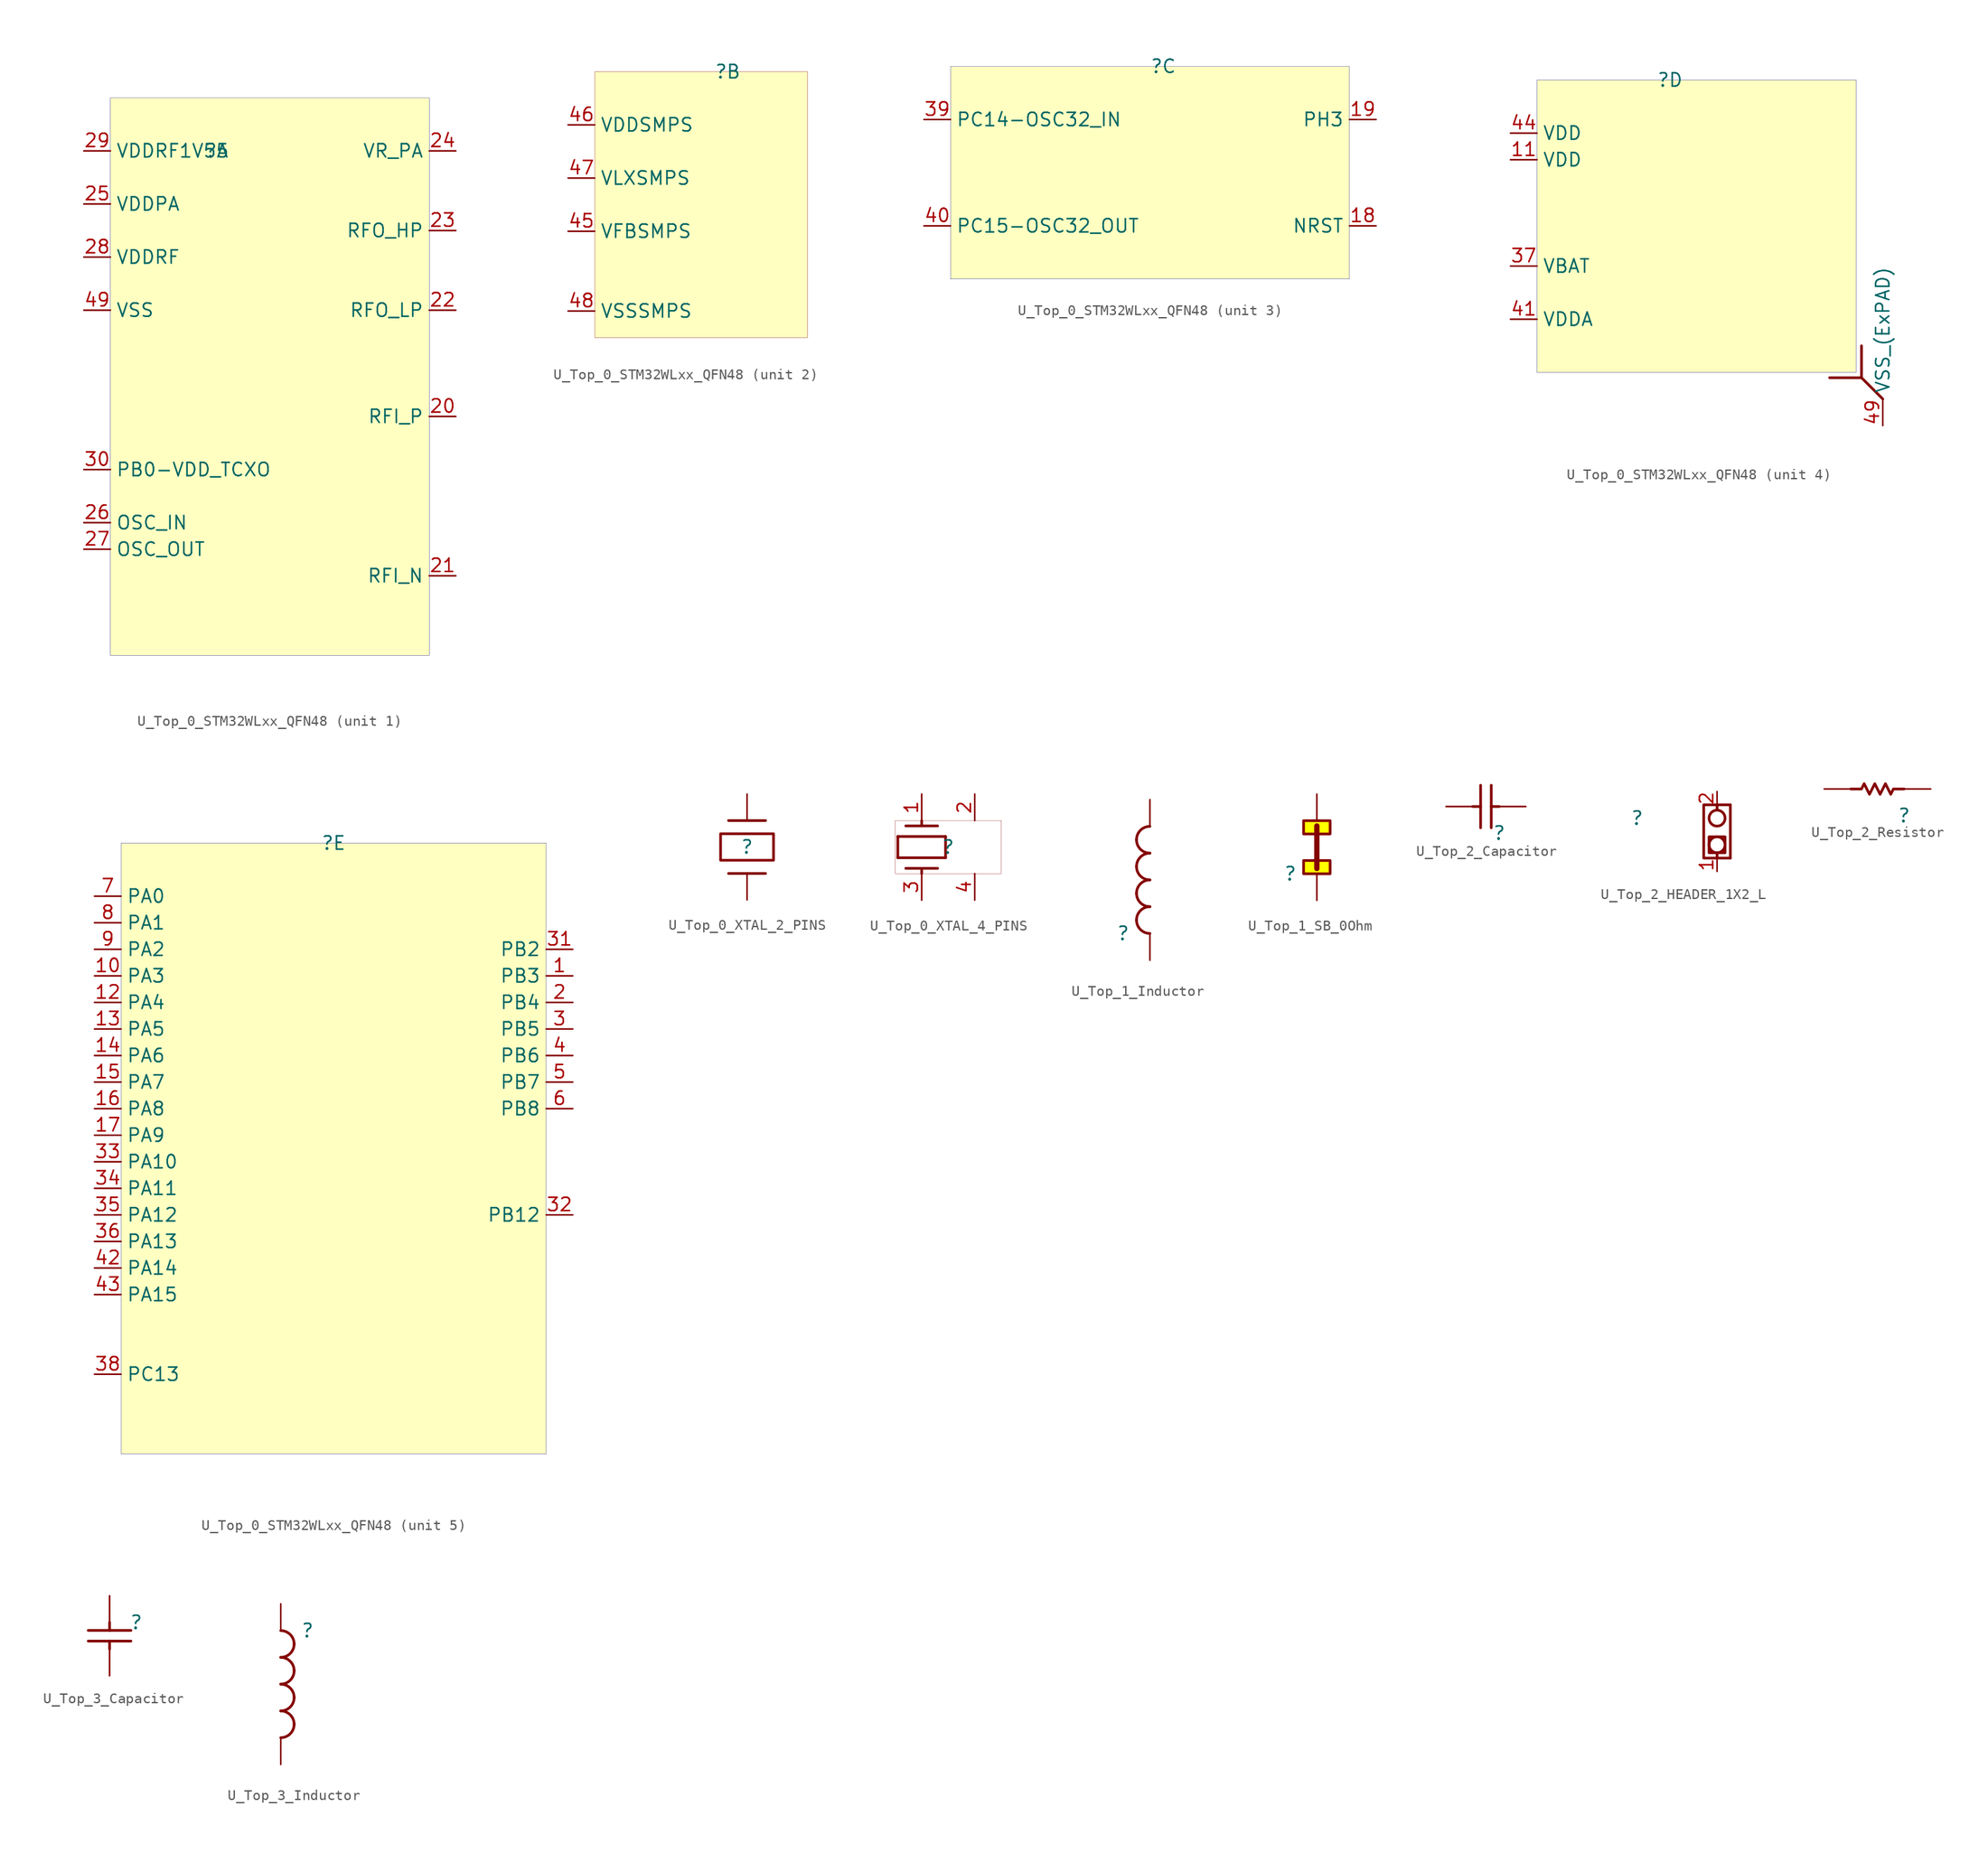
<source format=kicad_sym>
(kicad_symbol_lib
  (version 20231120)
  (generator "kicad_symbol_editor")
  (generator_version "8.0")
  (symbol "U_Top_0_STM32WLxx_QFN48"
    (property "Reference" ""
      (at 0 0 0)
      (effects (font (size 1.27 1.27))))
    (property "Value" ""
      (at 0 0 0)
      (effects (font (size 1.27 1.27))))
    (symbol "U_Top_0_STM32WLxx_QFN48_1_0"
      (rectangle (start 20.32 5.08) (end -10.16 -48.26) (stroke (width 0.025) (type solid) (color 0 0 128 1)) (fill (type background)))
      (pin passive line (at 22.86 -25.4 180) (length 2.54) (name "RFI_P" (effects (font (size 1.27 1.27)))) (number "20" (effects (font (size 1.27 1.27)))))
      (pin passive line (at 22.86 -40.64 180) (length 2.54) (name "RFI_N" (effects (font (size 1.27 1.27)))) (number "21" (effects (font (size 1.27 1.27)))))
      (pin passive line (at 22.86 -15.24 180) (length 2.54) (name "RFO_LP" (effects (font (size 1.27 1.27)))) (number "22" (effects (font (size 1.27 1.27)))))
      (pin passive line (at 22.86 -7.62 180) (length 2.54) (name "RFO_HP" (effects (font (size 1.27 1.27)))) (number "23" (effects (font (size 1.27 1.27)))))
      (pin passive line (at 22.86 0 180) (length 2.54) (name "VR_PA" (effects (font (size 1.27 1.27)))) (number "24" (effects (font (size 1.27 1.27)))))
      (pin passive line (at -12.7 -5.08 0) (length 2.54) (name "VDDPA" (effects (font (size 1.27 1.27)))) (number "25" (effects (font (size 1.27 1.27)))))
      (pin passive line (at -12.7 -35.56 0) (length 2.54) (name "OSC_IN" (effects (font (size 1.27 1.27)))) (number "26" (effects (font (size 1.27 1.27)))))
      (pin passive line (at -12.7 -38.1 0) (length 2.54) (name "OSC_OUT" (effects (font (size 1.27 1.27)))) (number "27" (effects (font (size 1.27 1.27)))))
      (pin passive line (at -12.7 -10.16 0) (length 2.54) (name "VDDRF" (effects (font (size 1.27 1.27)))) (number "28" (effects (font (size 1.27 1.27)))))
      (pin passive line (at -12.7 0 0) (length 2.54) (name "VDDRF1V55" (effects (font (size 1.27 1.27)))) (number "29" (effects (font (size 1.27 1.27)))))
      (pin passive line (at -12.7 -30.48 0) (length 2.54) (name "PB0-VDD_TCXO" (effects (font (size 1.27 1.27)))) (number "30" (effects (font (size 1.27 1.27)))))
      (pin passive line (at -12.7 -15.24 0) (length 2.54) (name "VSS" (effects (font (size 1.27 1.27)))) (number "49" (effects (font (size 1.27 1.27))))))
    (symbol "U_Top_0_STM32WLxx_QFN48_2_0"
      (rectangle (start 7.62 0) (end -12.7 -25.4) (stroke (width 0.025) (type solid) (color 128 0 0 1)) (fill (type background)))
      (pin passive line (at -15.24 -15.24 0) (length 2.54) (name "VFBSMPS" (effects (font (size 1.27 1.27)))) (number "45" (effects (font (size 1.27 1.27)))))
      (pin passive line (at -15.24 -5.08 0) (length 2.54) (name "VDDSMPS" (effects (font (size 1.27 1.27)))) (number "46" (effects (font (size 1.27 1.27)))))
      (pin passive line (at -15.24 -10.16 0) (length 2.54) (name "VLXSMPS" (effects (font (size 1.27 1.27)))) (number "47" (effects (font (size 1.27 1.27)))))
      (pin passive line (at -15.24 -22.86 0) (length 2.54) (name "VSSSMPS" (effects (font (size 1.27 1.27)))) (number "48" (effects (font (size 1.27 1.27))))))
    (symbol "U_Top_0_STM32WLxx_QFN48_3_0"
      (rectangle (start 17.78 0) (end -20.32 -20.32) (stroke (width 0.025) (type solid) (color 0 0 128 1)) (fill (type background)))
      (pin passive line (at 20.32 -15.24 180) (length 2.54) (name "NRST" (effects (font (size 1.27 1.27)))) (number "18" (effects (font (size 1.27 1.27)))))
      (pin passive line (at 20.32 -5.08 180) (length 2.54) (name "PH3" (effects (font (size 1.27 1.27)))) (number "19" (effects (font (size 1.27 1.27)))))
      (pin passive line (at -22.86 -5.08 0) (length 2.54) (name "PC14-OSC32_IN" (effects (font (size 1.27 1.27)))) (number "39" (effects (font (size 1.27 1.27)))))
      (pin passive line (at -22.86 -15.24 0) (length 2.54) (name "PC15-OSC32_OUT" (effects (font (size 1.27 1.27)))) (number "40" (effects (font (size 1.27 1.27))))))
    (symbol "U_Top_0_STM32WLxx_QFN48_4_0"
      (polyline (pts (xy 18.288 -28.448) (xy 20.32 -30.48)) (stroke (width 0.254) (type solid)) (fill (type none)))
      (polyline (pts (xy 18.288 -25.4) (xy 18.288 -28.448) (xy 15.24 -28.448)) (stroke (width 0.254) (type solid)) (fill (type none)))
      (rectangle (start 17.78 0) (end -12.7 -27.94) (stroke (width 0.025) (type solid) (color 0 0 128 1)) (fill (type background)))
      (pin passive line (at -15.24 -7.62 0) (length 2.54) (name "VDD" (effects (font (size 1.27 1.27)))) (number "11" (effects (font (size 1.27 1.27)))))
      (pin passive line (at -15.24 -17.78 0) (length 2.54) (name "VBAT" (effects (font (size 1.27 1.27)))) (number "37" (effects (font (size 1.27 1.27)))))
      (pin passive line (at -15.24 -22.86 0) (length 2.54) (name "VDDA" (effects (font (size 1.27 1.27)))) (number "41" (effects (font (size 1.27 1.27)))))
      (pin passive line (at -15.24 -5.08 0) (length 2.54) (name "VDD" (effects (font (size 1.27 1.27)))) (number "44" (effects (font (size 1.27 1.27)))))
      (pin passive line (at 20.32 -33.02 90) (length 2.54) (name "VSS_(ExPAD)" (effects (font (size 1.27 1.27)))) (number "49" (effects (font (size 1.27 1.27))))))
    (symbol "U_Top_0_STM32WLxx_QFN48_5_0"
      (rectangle (start 20.32 0) (end -20.32 -58.42) (stroke (width 0.025) (type solid) (color 0 0 128 1)) (fill (type background)))
      (pin passive line (at 22.86 -12.7 180) (length 2.54) (name "PB3" (effects (font (size 1.27 1.27)))) (number "1" (effects (font (size 1.27 1.27)))))
      (pin passive line (at -22.86 -12.7 0) (length 2.54) (name "PA3" (effects (font (size 1.27 1.27)))) (number "10" (effects (font (size 1.27 1.27)))))
      (pin passive line (at -22.86 -15.24 0) (length 2.54) (name "PA4" (effects (font (size 1.27 1.27)))) (number "12" (effects (font (size 1.27 1.27)))))
      (pin passive line (at -22.86 -17.78 0) (length 2.54) (name "PA5" (effects (font (size 1.27 1.27)))) (number "13" (effects (font (size 1.27 1.27)))))
      (pin passive line (at -22.86 -20.32 0) (length 2.54) (name "PA6" (effects (font (size 1.27 1.27)))) (number "14" (effects (font (size 1.27 1.27)))))
      (pin passive line (at -22.86 -22.86 0) (length 2.54) (name "PA7" (effects (font (size 1.27 1.27)))) (number "15" (effects (font (size 1.27 1.27)))))
      (pin passive line (at -22.86 -25.4 0) (length 2.54) (name "PA8" (effects (font (size 1.27 1.27)))) (number "16" (effects (font (size 1.27 1.27)))))
      (pin passive line (at -22.86 -27.94 0) (length 2.54) (name "PA9" (effects (font (size 1.27 1.27)))) (number "17" (effects (font (size 1.27 1.27)))))
      (pin passive line (at 22.86 -15.24 180) (length 2.54) (name "PB4" (effects (font (size 1.27 1.27)))) (number "2" (effects (font (size 1.27 1.27)))))
      (pin passive line (at 22.86 -17.78 180) (length 2.54) (name "PB5" (effects (font (size 1.27 1.27)))) (number "3" (effects (font (size 1.27 1.27)))))
      (pin passive line (at 22.86 -10.16 180) (length 2.54) (name "PB2" (effects (font (size 1.27 1.27)))) (number "31" (effects (font (size 1.27 1.27)))))
      (pin passive line (at 22.86 -35.56 180) (length 2.54) (name "PB12" (effects (font (size 1.27 1.27)))) (number "32" (effects (font (size 1.27 1.27)))))
      (pin passive line (at -22.86 -30.48 0) (length 2.54) (name "PA10" (effects (font (size 1.27 1.27)))) (number "33" (effects (font (size 1.27 1.27)))))
      (pin passive line (at -22.86 -33.02 0) (length 2.54) (name "PA11" (effects (font (size 1.27 1.27)))) (number "34" (effects (font (size 1.27 1.27)))))
      (pin passive line (at -22.86 -35.56 0) (length 2.54) (name "PA12" (effects (font (size 1.27 1.27)))) (number "35" (effects (font (size 1.27 1.27)))))
      (pin passive line (at -22.86 -38.1 0) (length 2.54) (name "PA13" (effects (font (size 1.27 1.27)))) (number "36" (effects (font (size 1.27 1.27)))))
      (pin passive line (at -22.86 -50.8 0) (length 2.54) (name "PC13" (effects (font (size 1.27 1.27)))) (number "38" (effects (font (size 1.27 1.27)))))
      (pin passive line (at 22.86 -20.32 180) (length 2.54) (name "PB6" (effects (font (size 1.27 1.27)))) (number "4" (effects (font (size 1.27 1.27)))))
      (pin passive line (at -22.86 -40.64 0) (length 2.54) (name "PA14" (effects (font (size 1.27 1.27)))) (number "42" (effects (font (size 1.27 1.27)))))
      (pin passive line (at -22.86 -43.18 0) (length 2.54) (name "PA15" (effects (font (size 1.27 1.27)))) (number "43" (effects (font (size 1.27 1.27)))))
      (pin passive line (at 22.86 -22.86 180) (length 2.54) (name "PB7" (effects (font (size 1.27 1.27)))) (number "5" (effects (font (size 1.27 1.27)))))
      (pin passive line (at 22.86 -25.4 180) (length 2.54) (name "PB8" (effects (font (size 1.27 1.27)))) (number "6" (effects (font (size 1.27 1.27)))))
      (pin passive line (at -22.86 -5.08 0) (length 2.54) (name "PA0" (effects (font (size 1.27 1.27)))) (number "7" (effects (font (size 1.27 1.27)))))
      (pin passive line (at -22.86 -7.62 0) (length 2.54) (name "PA1" (effects (font (size 1.27 1.27)))) (number "8" (effects (font (size 1.27 1.27)))))
      (pin passive line (at -22.86 -10.16 0) (length 2.54) (name "PA2" (effects (font (size 1.27 1.27)))) (number "9" (effects (font (size 1.27 1.27)))))))
  (symbol "U_Top_0_XTAL_2_PINS"
    (property "Reference" ""
      (at 0 0 0)
      (effects (font (size 1.27 1.27))))
    (property "Value" ""
      (at 0 0 0)
      (effects (font (size 1.27 1.27))))
    (symbol "U_Top_0_XTAL_2_PINS_1_0"
      (polyline (pts (xy 1.778 -2.54) (xy -1.778 -2.54)) (stroke (width 0.254) (type solid)) (fill (type none)))
      (polyline (pts (xy 1.778 2.54) (xy -1.778 2.54)) (stroke (width 0.254) (type solid)) (fill (type none)))
      (rectangle (start 2.54 1.27) (end -2.54 -1.27) (stroke (width 0.254) (type solid)) (fill (type color) (color 255 255 255 0.5)))
      (pin passive line (at 0 -5.08 90) (length 2.54) (name "X1" (effects (font (size 0 0)))) (number "1" (effects (font (size 0 0)))))
      (pin passive line (at 0 5.08 270) (length 2.54) (name "X2" (effects (font (size 0 0)))) (number "2" (effects (font (size 0 0)))))))
  (symbol "U_Top_0_XTAL_4_PINS"
    (property "Reference" ""
      (at 0 0 0)
      (effects (font (size 1.27 1.27))))
    (property "Value" ""
      (at 0 0 0)
      (effects (font (size 1.27 1.27))))
    (symbol "U_Top_0_XTAL_4_PINS_1_0"
      (polyline (pts (xy -4.826 -1.016) (xy -4.826 1.016)) (stroke (width 0.254) (type solid)) (fill (type none)))
      (polyline (pts (xy -4.826 -1.016) (xy -0.254 -1.016)) (stroke (width 0.254) (type solid)) (fill (type none)))
      (polyline (pts (xy -4.826 1.016) (xy -0.254 1.016)) (stroke (width 0.254) (type solid)) (fill (type none)))
      (polyline (pts (xy -4.064 -2.032) (xy -1.016 -2.032)) (stroke (width 0.254) (type solid)) (fill (type none)))
      (polyline (pts (xy -4.064 2.032) (xy -1.016 2.032)) (stroke (width 0.254) (type solid)) (fill (type none)))
      (polyline (pts (xy -2.54 -2.54) (xy -2.54 -2.032)) (stroke (width 0.254) (type solid)) (fill (type none)))
      (polyline (pts (xy -2.54 2.032) (xy -2.54 2.54)) (stroke (width 0.254) (type solid)) (fill (type none)))
      (polyline (pts (xy -0.254 -1.016) (xy -0.254 1.016)) (stroke (width 0.254) (type solid)) (fill (type none)))
      (rectangle (start 5.08 2.54) (end -5.08 -2.54) (stroke (width 0.025) (type solid) (color 128 0 0 1)) (fill (type none)))
      (pin passive line (at -2.54 5.08 270) (length 2.54) (name "1" (effects (font (size 0 0)))) (number "1" (effects (font (size 1.27 1.27)))))
      (pin passive line (at 2.54 5.08 270) (length 2.54) (name "2" (effects (font (size 0 0)))) (number "2" (effects (font (size 1.27 1.27)))))
      (pin passive line (at -2.54 -5.08 90) (length 2.54) (name "3" (effects (font (size 0 0)))) (number "3" (effects (font (size 1.27 1.27)))))
      (pin passive line (at 2.54 -5.08 90) (length 2.54) (name "4" (effects (font (size 0 0)))) (number "4" (effects (font (size 1.27 1.27)))))))
  (symbol "U_Top_1_Inductor"
    (property "Reference" ""
      (at 0 0 0)
      (effects (font (size 1.27 1.27))))
    (property "Value" ""
      (at 0 0 0)
      (effects (font (size 1.27 1.27))))
    (symbol "U_Top_1_Inductor_1_0"
      (arc (start 1.27 1.27) (mid 1.642 0.372) (end 2.54 0) (stroke (width 0.254) (type solid)) (fill (type none)))
      (arc (start 1.27 3.81) (mid 1.642 2.912) (end 2.54 2.54) (stroke (width 0.254) (type solid)) (fill (type none)))
      (arc (start 1.27 6.35) (mid 1.642 5.452) (end 2.54 5.08) (stroke (width 0.254) (type solid)) (fill (type none)))
      (arc (start 1.27 8.89) (mid 1.642 7.992) (end 2.54 7.62) (stroke (width 0.254) (type solid)) (fill (type none)))
      (arc (start 2.54 2.54) (mid 1.642 2.168) (end 1.27 1.27) (stroke (width 0.254) (type solid)) (fill (type none)))
      (arc (start 2.54 5.08) (mid 1.642 4.708) (end 1.27 3.81) (stroke (width 0.254) (type solid)) (fill (type none)))
      (arc (start 2.54 7.62) (mid 1.642 7.248) (end 1.27 6.35) (stroke (width 0.254) (type solid)) (fill (type none)))
      (arc (start 2.54 10.16) (mid 1.642 9.788) (end 1.27 8.89) (stroke (width 0.254) (type solid)) (fill (type none)))
      (pin passive line (at 2.54 -2.54 90) (length 2.54) (name "1" (effects (font (size 0 0)))) (number "1" (effects (font (size 0 0)))))
      (pin passive line (at 2.54 12.7 270) (length 2.54) (name "2" (effects (font (size 0 0)))) (number "2" (effects (font (size 0 0)))))))
  (symbol "U_Top_1_SB_0Ohm"
    (property "Reference" ""
      (at 0 0 0)
      (effects (font (size 1.27 1.27))))
    (property "Value" ""
      (at 0 0 0)
      (effects (font (size 1.27 1.27))))
    (symbol "U_Top_1_SB_0Ohm_1_0"
      (polyline (pts (xy 2.54 0.508) (xy 2.54 4.572) (xy 2.54 0.508)) (stroke (width 0.508) (type solid)) (fill (type none)))
      (polyline (pts (xy 1.27 0) (xy 3.81 0) (xy 3.81 1.27) (xy 2.54 1.27) (xy 1.27 1.27) (xy 1.27 0)) (stroke (width 0.254) (type solid)) (fill (type color) (color 255 255 0 1)))
      (polyline (pts (xy 1.27 3.81) (xy 3.81 3.81) (xy 3.81 5.08) (xy 2.54 5.08) (xy 1.27 5.08) (xy 1.27 3.81)) (stroke (width 0.254) (type solid)) (fill (type color) (color 255 255 0 1)))
      (pin passive line (at 2.54 7.62 270) (length 2.54) (name "1" (effects (font (size 0 0)))) (number "1" (effects (font (size 0 0)))))
      (pin passive line (at 2.54 -2.54 90) (length 2.54) (name "2" (effects (font (size 0 0)))) (number "2" (effects (font (size 0 0)))))))
  (symbol "U_Top_2_Capacitor"
    (property "Reference" ""
      (at 0 0 0)
      (effects (font (size 1.27 1.27))))
    (property "Value" ""
      (at 0 0 0)
      (effects (font (size 1.27 1.27))))
    (symbol "U_Top_2_Capacitor_1_0"
      (polyline (pts (xy -2.54 2.54) (xy -1.778 2.54)) (stroke (width 0.254) (type solid)) (fill (type none)))
      (polyline (pts (xy -1.778 0.508) (xy -1.778 4.572)) (stroke (width 0.254) (type solid)) (fill (type none)))
      (polyline (pts (xy -0.762 4.572) (xy -0.762 0.508)) (stroke (width 0.254) (type solid)) (fill (type none)))
      (polyline (pts (xy 0 2.54) (xy -0.762 2.54)) (stroke (width 0.254) (type solid)) (fill (type none)))
      (pin passive line (at 2.54 2.54 180) (length 2.54) (name "1" (effects (font (size 0 0)))) (number "1" (effects (font (size 0 0)))))
      (pin passive line (at -5.08 2.54 0) (length 2.54) (name "2" (effects (font (size 0 0)))) (number "2" (effects (font (size 0 0)))))))
  (symbol "U_Top_2_HEADER_1X2_L"
    (property "Reference" ""
      (at 0 0 0)
      (effects (font (size 1.27 1.27))))
    (property "Value" ""
      (at 0 0 0)
      (effects (font (size 1.27 1.27))))
    (symbol "U_Top_2_HEADER_1X2_L_1_0"
      (polyline (pts (xy 7.62 -3.302) (xy 7.62 -3.81)) (stroke (width 0.254) (type solid)) (fill (type none)))
      (polyline (pts (xy 7.62 1.27) (xy 7.62 0.762)) (stroke (width 0.254) (type solid)) (fill (type none)))
      (polyline (pts (xy 8.89 -3.81) (xy 8.89 1.27)) (stroke (width 0.254) (type solid)) (fill (type none)))
      (polyline (pts (xy 8.89 -3.81) (xy 6.35 -3.81) (xy 6.35 1.27) (xy 8.89 1.27)) (stroke (width 0.254) (type solid)) (fill (type none)))
      (polyline (pts (xy 8.382 -2.54) (xy 8.382 -1.778) (xy 6.858 -1.778) (xy 6.858 -3.302) (xy 8.382 -3.302) (xy 8.382 -2.54)) (stroke (width 0.254) (type solid)) (fill (type none)))
      (circle (center 7.62 -2.54) (radius 0.762) (stroke (width 0.254) (type solid)) (fill (type none)))
      (circle (center 7.62 0) (radius 0.762) (stroke (width 0.254) (type solid)) (fill (type none)))
      (pin passive line (at 7.62 -5.08 90) (length 1.27) (name "1" (effects (font (size 0 0)))) (number "1" (effects (font (size 1.27 1.27)))))
      (pin passive line (at 7.62 2.54 270) (length 1.27) (name "2" (effects (font (size 0 0)))) (number "2" (effects (font (size 1.27 1.27)))))))
  (symbol "U_Top_2_Resistor"
    (property "Reference" ""
      (at 0 0 0)
      (effects (font (size 1.27 1.27))))
    (property "Value" ""
      (at 0 0 0)
      (effects (font (size 1.27 1.27))))
    (symbol "U_Top_2_Resistor_1_0"
      (polyline (pts (xy -5.08 2.54) (xy -4.064 2.54) (xy -3.81 3.048) (xy -3.302 2.032) (xy -2.794 3.048) (xy -2.286 2.032) (xy -1.778 3.048) (xy -1.27 2.032) (xy -1.016 2.54) (xy 0 2.54)) (stroke (width 0.254) (type solid)) (fill (type none)))
      (pin passive line (at 2.54 2.54 180) (length 2.54) (name "1" (effects (font (size 0 0)))) (number "1" (effects (font (size 0 0)))))
      (pin passive line (at -7.62 2.54 0) (length 2.54) (name "2" (effects (font (size 0 0)))) (number "2" (effects (font (size 0 0)))))))
  (symbol "U_Top_3_Capacitor"
    (property "Reference" ""
      (at 0 0 0)
      (effects (font (size 1.27 1.27))))
    (property "Value" ""
      (at 0 0 0)
      (effects (font (size 1.27 1.27))))
    (symbol "U_Top_3_Capacitor_1_0"
      (polyline (pts (xy -4.572 -0.762) (xy -0.508 -0.762)) (stroke (width 0.254) (type solid)) (fill (type none)))
      (polyline (pts (xy -2.54 -2.54) (xy -2.54 -1.778)) (stroke (width 0.254) (type solid)) (fill (type none)))
      (polyline (pts (xy -2.54 0) (xy -2.54 -0.762)) (stroke (width 0.254) (type solid)) (fill (type none)))
      (polyline (pts (xy -0.508 -1.778) (xy -4.572 -1.778)) (stroke (width 0.254) (type solid)) (fill (type none)))
      (pin passive line (at -2.54 2.54 270) (length 2.54) (name "1" (effects (font (size 0 0)))) (number "1" (effects (font (size 0 0)))))
      (pin passive line (at -2.54 -5.08 90) (length 2.54) (name "2" (effects (font (size 0 0)))) (number "2" (effects (font (size 0 0)))))))
  (symbol "U_Top_3_Inductor"
    (property "Reference" ""
      (at 0 0 0)
      (effects (font (size 1.27 1.27))))
    (property "Value" ""
      (at 0 0 0)
      (effects (font (size 1.27 1.27))))
    (symbol "U_Top_3_Inductor_1_0"
      (arc (start -2.54 -10.16) (mid -1.642 -9.788) (end -1.27 -8.89) (stroke (width 0.254) (type solid)) (fill (type none)))
      (arc (start -2.54 -7.62) (mid -1.642 -7.248) (end -1.27 -6.35) (stroke (width 0.254) (type solid)) (fill (type none)))
      (arc (start -2.54 -5.08) (mid -1.642 -4.708) (end -1.27 -3.81) (stroke (width 0.254) (type solid)) (fill (type none)))
      (arc (start -2.54 -2.54) (mid -1.642 -2.168) (end -1.27 -1.27) (stroke (width 0.254) (type solid)) (fill (type none)))
      (arc (start -1.27 -8.89) (mid -1.642 -7.992) (end -2.54 -7.62) (stroke (width 0.254) (type solid)) (fill (type none)))
      (arc (start -1.27 -6.35) (mid -1.642 -5.452) (end -2.54 -5.08) (stroke (width 0.254) (type solid)) (fill (type none)))
      (arc (start -1.27 -3.81) (mid -1.642 -2.912) (end -2.54 -2.54) (stroke (width 0.254) (type solid)) (fill (type none)))
      (arc (start -1.27 -1.27) (mid -1.642 -0.372) (end -2.54 0) (stroke (width 0.254) (type solid)) (fill (type none)))
      (pin passive line (at -2.54 2.54 270) (length 2.54) (name "1" (effects (font (size 0 0)))) (number "1" (effects (font (size 0 0)))))
      (pin passive line (at -2.54 -12.7 90) (length 2.54) (name "2" (effects (font (size 0 0)))) (number "2" (effects (font (size 0 0))))))))
</source>
